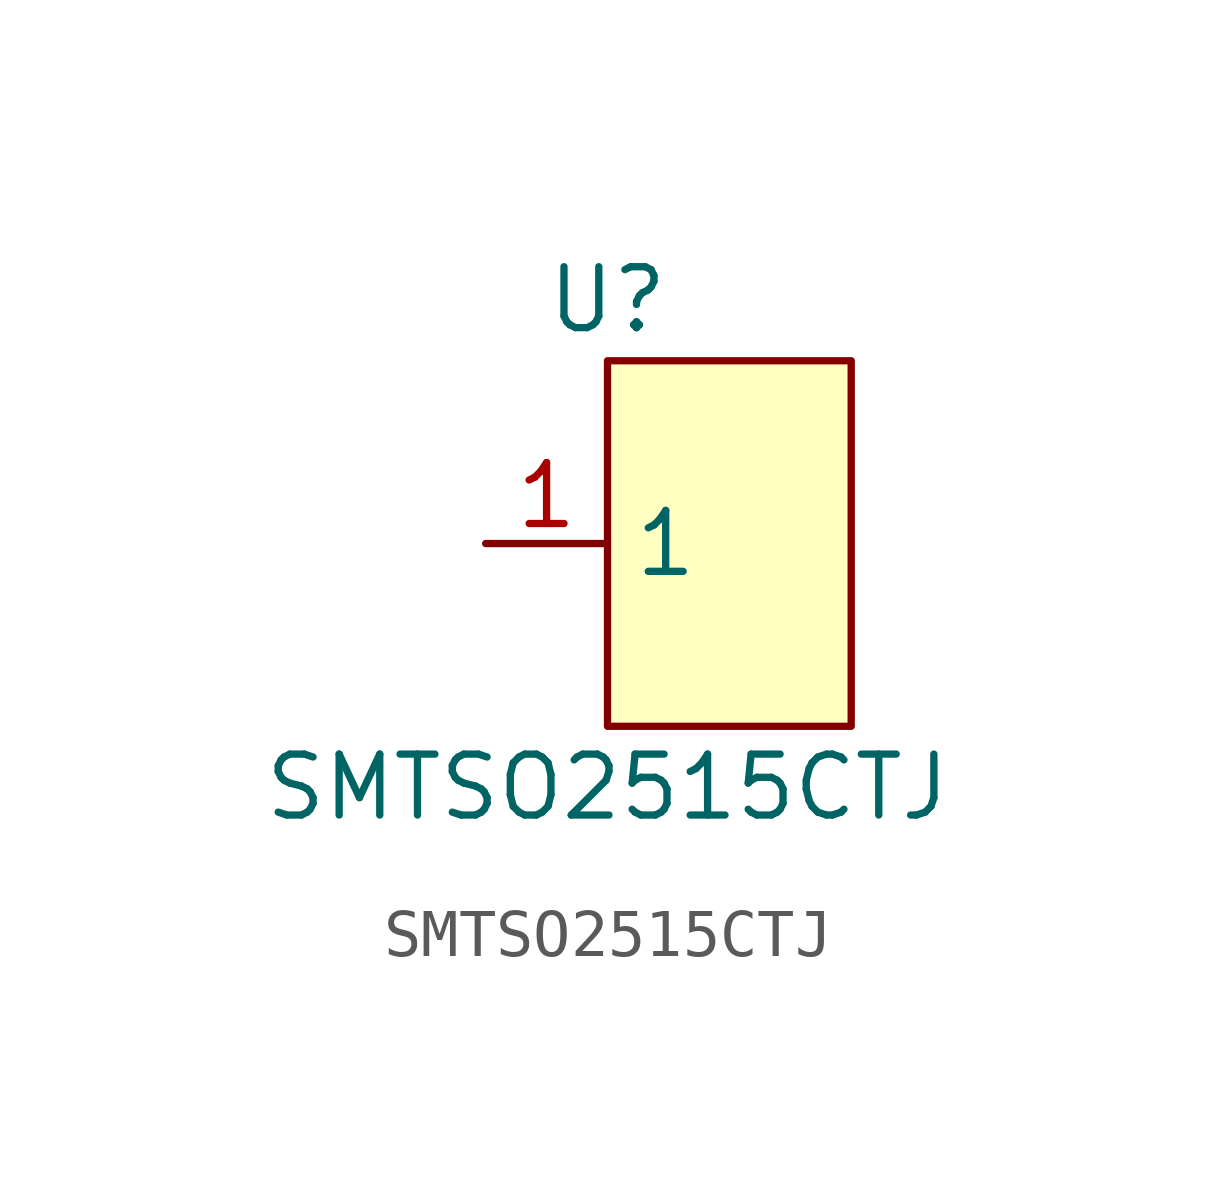
<source format=kicad_sym>
(kicad_symbol_lib
  (version 1)
  (generator "faebryk")
  (symbol "SMTSO2515CTJ"
    (property "Reference" "U"
      (at 0 5.08 0)
      (effects (font (size 1.27 1.27)) (hide no)))
    (property "Value" "SMTSO2515CTJ"
      (at 0 -5.08 0)
      (effects (font (size 1.27 1.27)) (hide no)))
    (symbol "SMTSO2515CTJ_0_1"
      (rectangle (start 0 3.81) (end 5.08 -3.81) (stroke (width 0) (type default) (color 0 0 0 0)) (fill (type background)))
      (pin unspecified line (at -2.54 0 0) (length 2.54) (name "1" (effects (font (size 1.27 1.27)) (hide no))) (number "1" (effects (font (size 1.27 1.27)) (hide no)))))))
</source>
